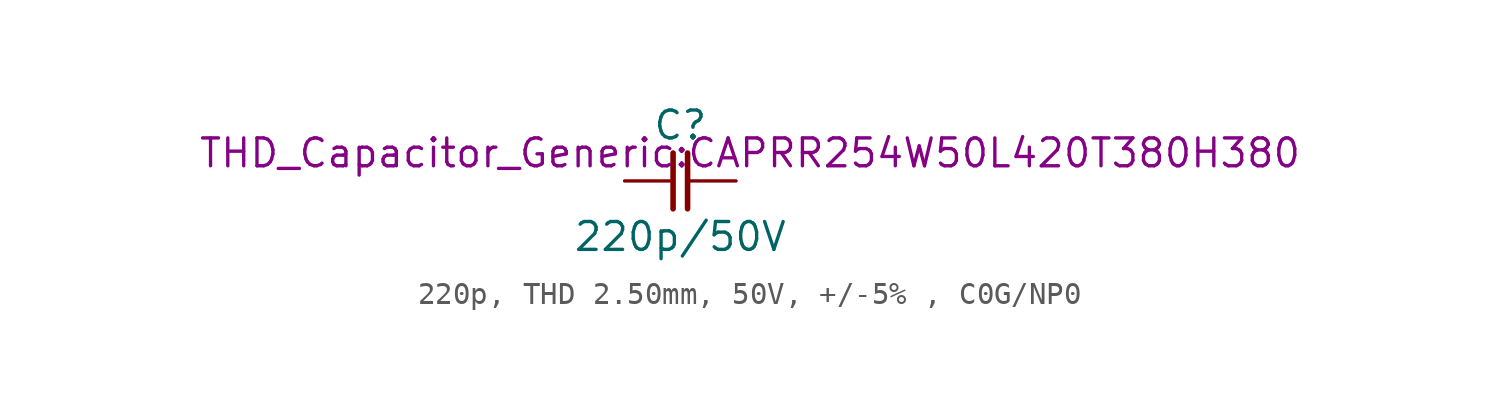
<source format=kicad_sym>
(kicad_symbol_lib
  (version 20220914)
  (generator kicad_symbol_editor)
  (symbol "220p, THD 2.50mm, 50V, +/-5% , C0G/NP0"
    (pin_numbers hide)
    (pin_names
      (offset 0) hide)
    (property "Reference" "C"
      (at 0 2.54 0)
      (effects (font (size 1.27 1.27))))
    (property "Value" "220p/50V"
      (at 0 -2.54 0)
      (effects (font (size 1.27 1.27))))
    (property "Footprint" "THD_Capacitor_Generic:CAPRR254W50L420T380H380"
      (at 3.175 1.27 0)
      (effects (font (size 1.27 1.27))))
    (symbol "220p, THD 2.50mm, 50V, +/-5% , C0G/NP0_0_1"
      (polyline (pts (xy -0.33 1.27) (xy -0.33 -1.27)) (stroke (width 0.254) (type default)) (fill (type none)))
      (polyline (pts (xy 0.33 1.27) (xy 0.33 -1.27)) (stroke (width 0.254) (type default)) (fill (type none))))
    (symbol "220p, THD 2.50mm, 50V, +/-5% , C0G/NP0_1_1"
      (pin passive line (at -2.54 0 0) (length 2.21) (name "1" (effects (font (size 1.27 1.27)))) (number "1" (effects (font (size 1.27 1.27)))))
      (pin passive line (at 2.54 0 180) (length 2.21) (name "2" (effects (font (size 1.27 1.27)))) (number "2" (effects (font (size 1.27 1.27))))))))
</source>
